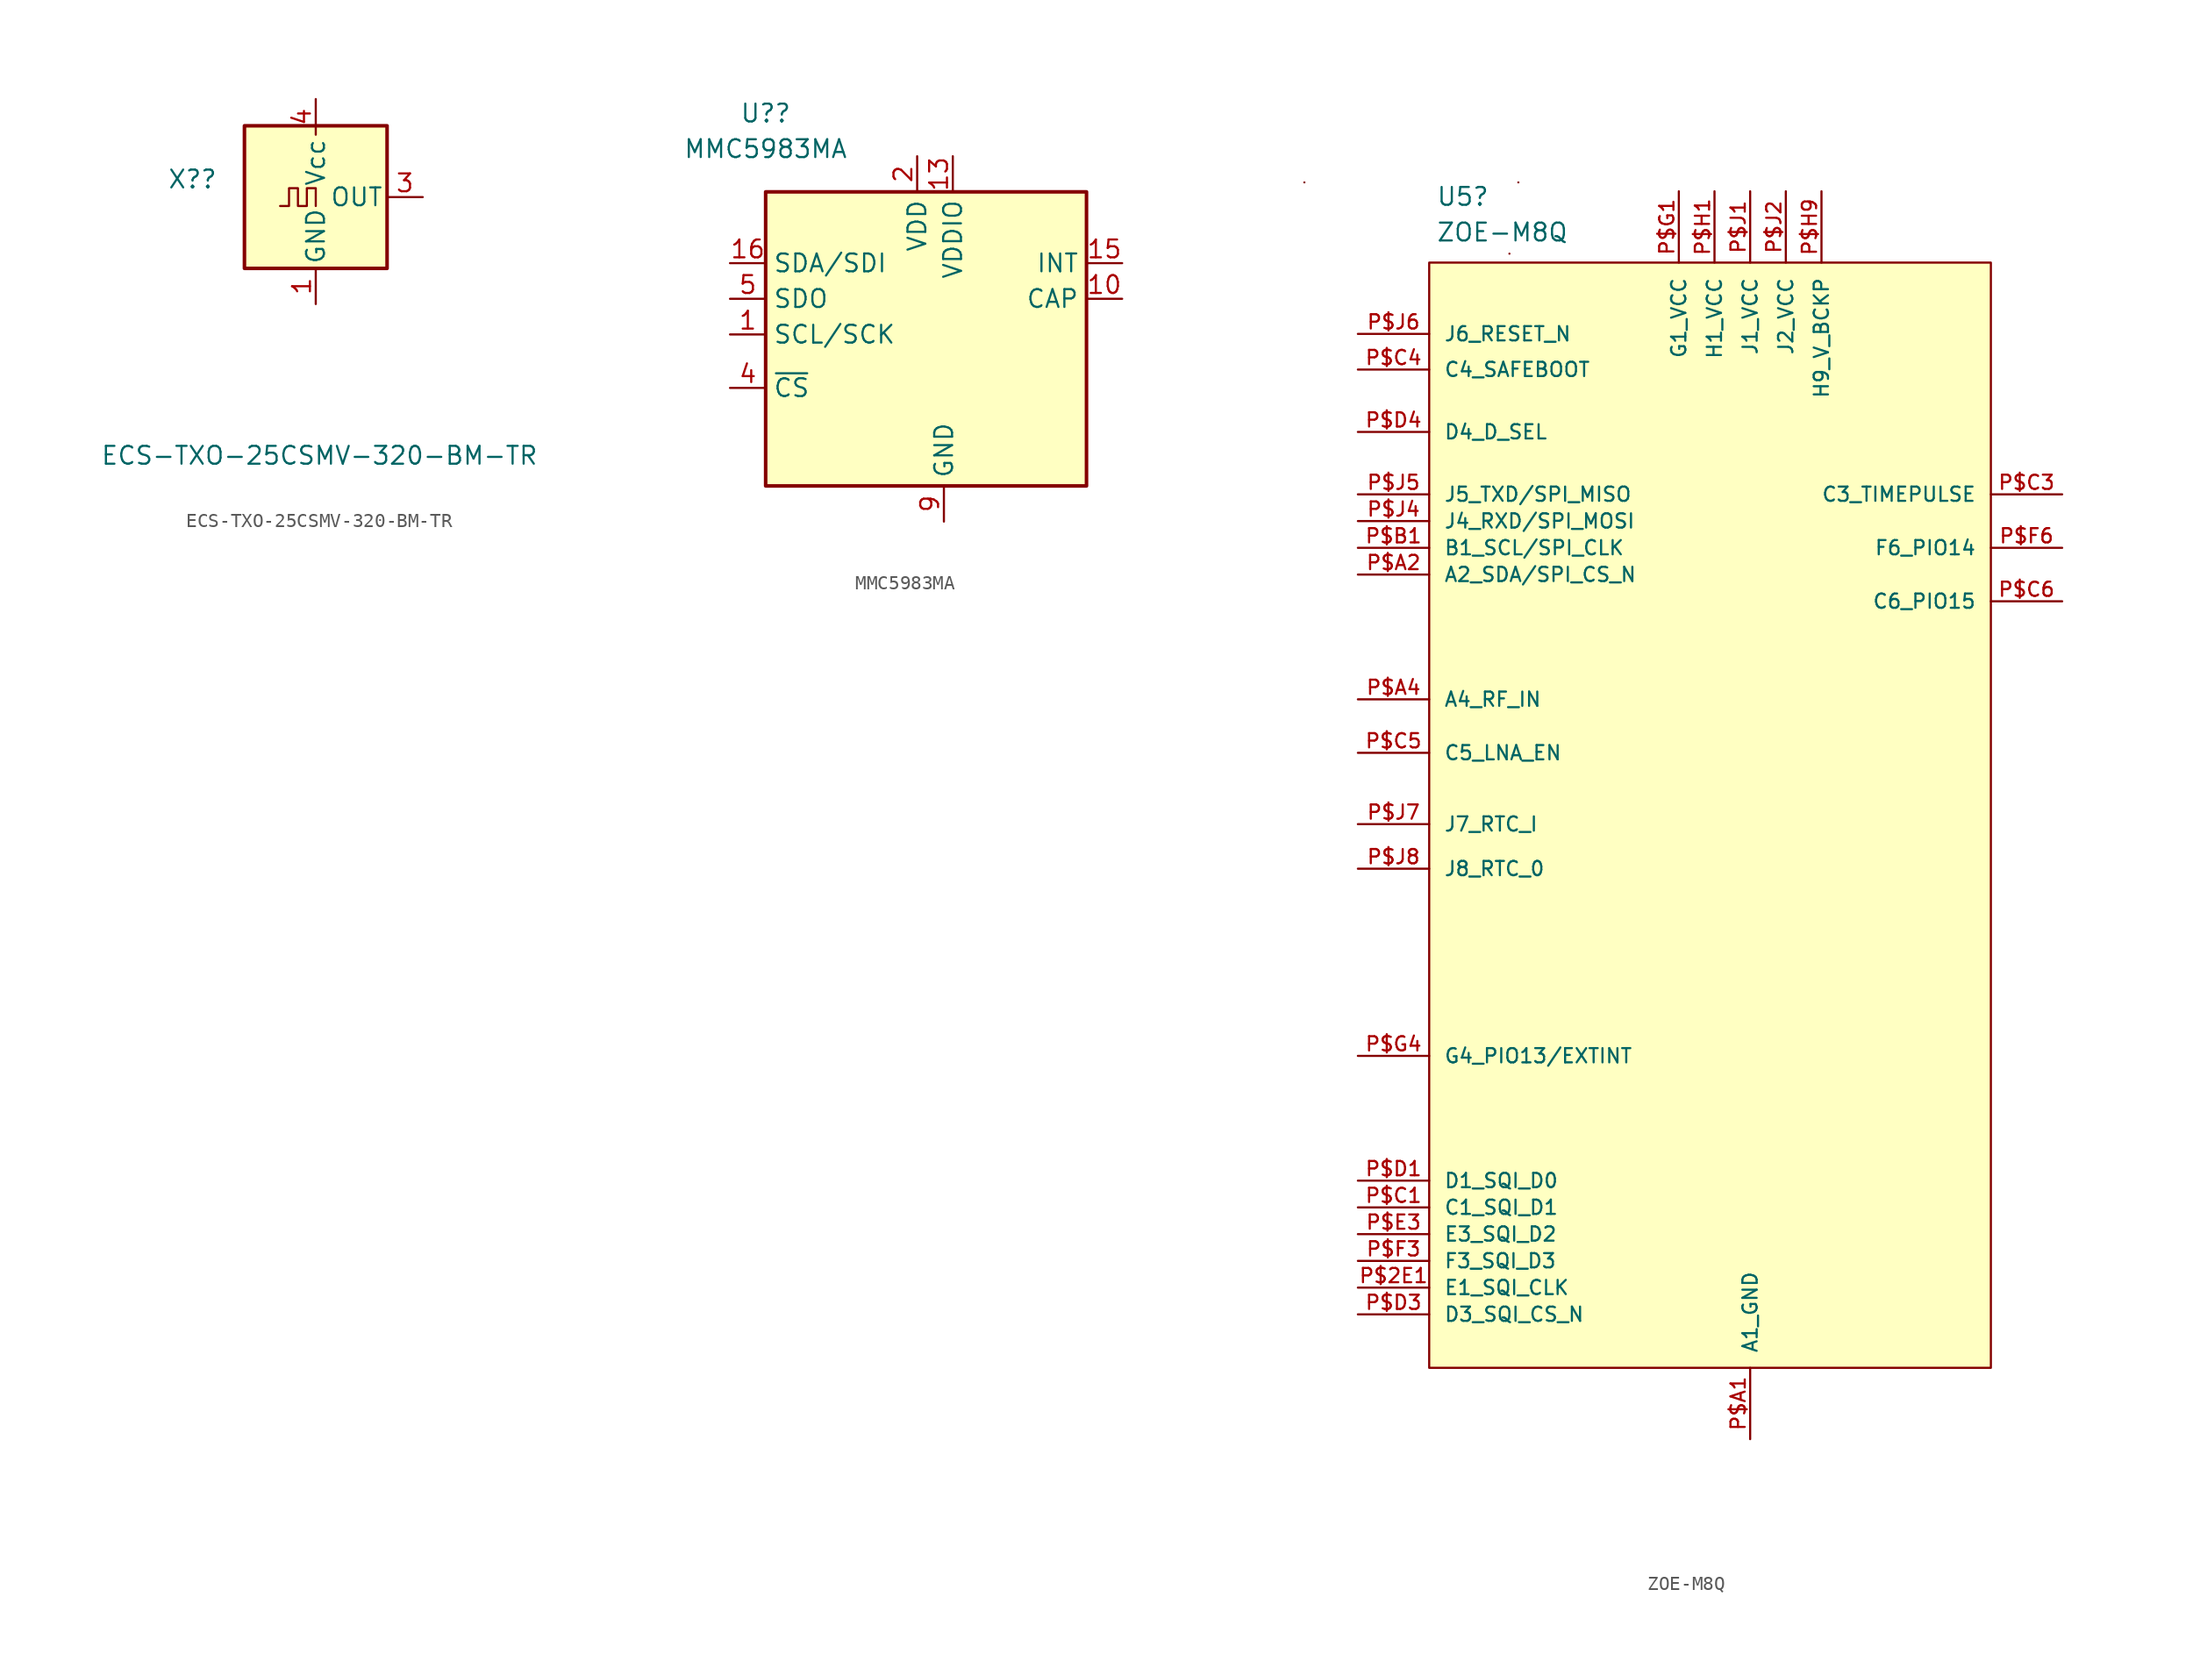
<source format=kicad_sym>
(kicad_symbol_lib
  (version 20211014)
  (generator kicad_symbol_editor)
  (symbol "ECS-TXO-25CSMV-320-BM-TR"
    (pin_names
      (offset 0.254))
    (property "Reference" "X?"
      (at -6.985 1.27 0)
      (effects (font (size 1.27 1.27)) (justify right)))
    (property "Value" "ECS-TXO-25CSMV-320-BM-TR"
      (at 15.875 -18.415 0)
      (effects (font (size 1.27 1.27)) (justify right)))
    (symbol "ECS-TXO-25CSMV-320-BM-TR_0_1"
      (rectangle (start -5.08 5.08) (end 5.08 -5.08) (stroke (width 0.254) (type default) (color 0 0 0 0)) (fill (type background)))
      (polyline (pts (xy -2.54 -0.635) (xy -1.905 -0.635) (xy -1.905 0.635) (xy -1.27 0.635) (xy -1.27 -0.635) (xy -0.635 -0.635) (xy -0.635 0.635) (xy 0 0.635) (xy 0 -0.635)) (stroke (width 0) (type default) (color 0 0 0 0)) (fill (type none))))
    (symbol "ECS-TXO-25CSMV-320-BM-TR_1_1"
      (pin power_in line (at 0 -7.62 90) (length 2.54) (name "GND" (effects (font (size 1.27 1.27)))) (number "1" (effects (font (size 1.27 1.27)))))
      (pin no_connect line (at -7.62 0 0) (length 2.54) hide (name "NC" (effects (font (size 1.27 1.27)))) (number "1" (effects (font (size 1.27 1.27)))))
      (pin power_in line (at 0 -7.62 90) (length 2.54) hide (name "GND" (effects (font (size 1.27 1.27)))) (number "2" (effects (font (size 1.27 1.27)))))
      (pin output line (at 7.62 0 180) (length 2.54) (name "OUT" (effects (font (size 1.27 1.27)))) (number "3" (effects (font (size 1.27 1.27)))))
      (pin power_in line (at 0 6.985 270) (length 2.54) (name "Vcc" (effects (font (size 1.27 1.27)))) (number "4" (effects (font (size 1.27 1.27)))))))
  (symbol "MMC5983MA"
    (property "Reference" "U?"
      (at -11.43 15.126 0)
      (effects (font (size 1.27 1.27))))
    (property "Value" "MMC5983MA"
      (at -11.43 12.586 0)
      (effects (font (size 1.27 1.27))))
    (symbol "MMC5983MA_0_1"
      (rectangle (start -11.43 9.525) (end 11.43 -11.43) (stroke (width 0.254) (type default) (color 0 0 0 0)) (fill (type background))))
    (symbol "MMC5983MA_1_1"
      (pin input line (at -13.97 -0.635 0) (length 2.54) (name "SCL/SCK" (effects (font (size 1.27 1.27)))) (number "1" (effects (font (size 1.27 1.27)))))
      (pin passive line (at 13.97 1.905 180) (length 2.54) (name "CAP" (effects (font (size 1.27 1.27)))) (number "10" (effects (font (size 1.27 1.27)))))
      (pin passive line (at 1.27 -13.97 90) (length 2.54) hide (name "GND" (effects (font (size 1.27 1.27)))) (number "11" (effects (font (size 1.27 1.27)))))
      (pin power_out line (at 1.27 -13.97 90) (length 2.54) hide (name "NC" (effects (font (size 1.27 1.27)))) (number "12" (effects (font (size 1.27 1.27)))))
      (pin power_in line (at 1.905 12.065 270) (length 2.54) (name "VDDIO" (effects (font (size 1.27 1.27)))) (number "13" (effects (font (size 1.27 1.27)))))
      (pin power_out line (at 1.27 -13.97 90) (length 2.54) hide (name "NC" (effects (font (size 1.27 1.27)))) (number "14" (effects (font (size 1.27 1.27)))))
      (pin output line (at 13.97 4.445 180) (length 2.54) (name "INT" (effects (font (size 1.27 1.27)))) (number "15" (effects (font (size 1.27 1.27)))))
      (pin bidirectional line (at -13.97 4.445 0) (length 2.54) (name "SDA/SDI" (effects (font (size 1.27 1.27)))) (number "16" (effects (font (size 1.27 1.27)))))
      (pin power_in line (at -0.635 12.065 270) (length 2.54) (name "VDD" (effects (font (size 1.27 1.27)))) (number "2" (effects (font (size 1.27 1.27)))))
      (pin power_out line (at 1.27 -13.97 90) (length 2.54) hide (name "NC" (effects (font (size 1.27 1.27)))) (number "3" (effects (font (size 1.27 1.27)))))
      (pin input line (at -13.97 -4.445 0) (length 2.54) (name "~{CS}" (effects (font (size 1.27 1.27)))) (number "4" (effects (font (size 1.27 1.27)))))
      (pin output line (at -13.97 1.905 0) (length 2.54) (name "SDO" (effects (font (size 1.27 1.27)))) (number "5" (effects (font (size 1.27 1.27)))))
      (pin power_out line (at 1.27 -13.97 90) (length 2.54) hide (name "NC" (effects (font (size 1.27 1.27)))) (number "6" (effects (font (size 1.27 1.27)))))
      (pin power_out line (at 1.27 -13.97 90) (length 2.54) hide (name "NC" (effects (font (size 1.27 1.27)))) (number "7" (effects (font (size 1.27 1.27)))))
      (pin power_out line (at 1.27 -13.97 90) (length 2.54) hide (name "NC" (effects (font (size 1.27 1.27)))) (number "8" (effects (font (size 1.27 1.27)))))
      (pin power_in line (at 1.27 -13.97 90) (length 2.54) (name "GND" (effects (font (size 1.27 1.27)))) (number "9" (effects (font (size 1.27 1.27)))))))
  (symbol "ZOE-M8Q"
    (pin_names
      (offset 1.016))
    (property "Reference" "U5"
      (at -22.377 44.704 0)
      (effects (font (size 1.27 1.27)) (justify left)))
    (property "Value" "ZOE-M8Q"
      (at -22.377 42.164 0)
      (effects (font (size 1.27 1.27)) (justify left)))
    (property "ki_locked" ""
      (at 0 0 0)
      (effects (font (size 1.27 1.27))))
    (symbol "ZOE-M8Q_0_0"
      (pin bidirectional line (at -27.94 -33.02 0) (length 5.08) (name "E1_SQI_CLK" (effects (font (size 1.016 1.016)))) (number "P$2E1" (effects (font (size 1.016 1.016)))))
      (pin power_in line (at 0 -43.815 90) (length 5.08) (name "A1_GND" (effects (font (size 1.016 1.016)))) (number "P$A1" (effects (font (size 1.016 1.016)))))
      (pin bidirectional line (at -27.94 17.78 0) (length 5.08) (name "A2_SDA/SPI_CS_N" (effects (font (size 1.016 1.016)))) (number "P$A2" (effects (font (size 1.016 1.016)))))
      (pin power_in line (at 0 -43.815 90) (length 5.08) hide (name "A3_GND" (effects (font (size 1.016 1.016)))) (number "P$A3" (effects (font (size 1.016 1.016)))))
      (pin input line (at -27.94 8.89 0) (length 5.08) (name "A4_RF_IN" (effects (font (size 1.016 1.016)))) (number "P$A4" (effects (font (size 1.016 1.016)))))
      (pin power_in line (at 0 -43.815 90) (length 5.08) hide (name "A5_GND" (effects (font (size 1.016 1.016)))) (number "P$A5" (effects (font (size 1.016 1.016)))))
      (pin no_connect line (at 0 -9.525 90) (length 5.08) hide (name "A6_RESREVED" (effects (font (size 1.016 1.016)))) (number "P$A6" (effects (font (size 1.016 1.016)))))
      (pin power_in line (at 0 -43.815 90) (length 5.08) hide (name "A7_GND" (effects (font (size 1.016 1.016)))) (number "P$A7" (effects (font (size 1.016 1.016)))))
      (pin power_in line (at 0 -43.815 90) (length 5.08) hide (name "A8_GND" (effects (font (size 1.016 1.016)))) (number "P$A8" (effects (font (size 1.016 1.016)))))
      (pin power_in line (at 0 -43.815 90) (length 5.08) hide (name "A9_GND" (effects (font (size 1.016 1.016)))) (number "P$A9" (effects (font (size 1.016 1.016)))))
      (pin bidirectional line (at -27.94 19.685 0) (length 5.08) (name "B1_SCL/SPI_CLK" (effects (font (size 1.016 1.016)))) (number "P$B1" (effects (font (size 1.016 1.016)))))
      (pin power_in line (at 0 -43.815 90) (length 5.08) hide (name "B9_GND" (effects (font (size 1.016 1.016)))) (number "P$B9" (effects (font (size 1.016 1.016)))))
      (pin bidirectional line (at -27.94 -27.305 0) (length 5.08) (name "C1_SQI_D1" (effects (font (size 1.016 1.016)))) (number "P$C1" (effects (font (size 1.016 1.016)))))
      (pin bidirectional line (at 22.225 23.495 180) (length 5.08) (name "C3_TIMEPULSE" (effects (font (size 1.016 1.016)))) (number "P$C3" (effects (font (size 1.016 1.016)))))
      (pin bidirectional line (at -27.94 32.385 0) (length 5.08) (name "C4_SAFEBOOT" (effects (font (size 1.016 1.016)))) (number "P$C4" (effects (font (size 1.016 1.016)))))
      (pin bidirectional line (at -27.94 5.08 0) (length 5.08) (name "C5_LNA_EN" (effects (font (size 1.016 1.016)))) (number "P$C5" (effects (font (size 1.016 1.016)))))
      (pin bidirectional line (at 22.225 15.875 180) (length 5.08) (name "C6_PIO15" (effects (font (size 1.016 1.016)))) (number "P$C6" (effects (font (size 1.016 1.016)))))
      (pin power_in line (at 0 -43.815 90) (length 5.08) hide (name "C7_GND" (effects (font (size 1.016 1.016)))) (number "P$C7" (effects (font (size 1.016 1.016)))))
      (pin power_in line (at 0 -43.815 90) (length 5.08) hide (name "C9_GND" (effects (font (size 1.016 1.016)))) (number "P$C9" (effects (font (size 1.016 1.016)))))
      (pin bidirectional line (at -27.94 -25.4 0) (length 5.08) (name "D1_SQI_D0" (effects (font (size 1.016 1.016)))) (number "P$D1" (effects (font (size 1.016 1.016)))))
      (pin bidirectional line (at -27.94 -34.925 0) (length 5.08) (name "D3_SQI_CS_N" (effects (font (size 1.016 1.016)))) (number "P$D3" (effects (font (size 1.016 1.016)))))
      (pin bidirectional line (at -27.94 27.94 0) (length 5.08) (name "D4_D_SEL" (effects (font (size 1.016 1.016)))) (number "P$D4" (effects (font (size 1.016 1.016)))))
      (pin power_in line (at 0 -43.815 90) (length 5.08) hide (name "D6_GND" (effects (font (size 1.016 1.016)))) (number "P$D6" (effects (font (size 1.016 1.016)))))
      (pin power_in line (at 0 -43.815 90) (length 5.08) hide (name "D9_GND" (effects (font (size 1.016 1.016)))) (number "P$D9" (effects (font (size 1.016 1.016)))))
      (pin bidirectional line (at -27.94 -29.21 0) (length 5.08) (name "E3_SQI_D2" (effects (font (size 1.016 1.016)))) (number "P$E3" (effects (font (size 1.016 1.016)))))
      (pin power_in line (at 0 -43.815 90) (length 5.08) hide (name "E7_GND" (effects (font (size 1.016 1.016)))) (number "P$E7" (effects (font (size 1.016 1.016)))))
      (pin no_connect line (at 0 -9.525 90) (length 5.08) hide (name "E9_RESERVED" (effects (font (size 1.016 1.016)))) (number "P$E9" (effects (font (size 1.016 1.016)))))
      (pin no_connect line (at 0 -9.525 90) (length 5.08) hide (name "F1_RESERVED" (effects (font (size 1.016 1.016)))) (number "P$F1" (effects (font (size 1.016 1.016)))))
      (pin bidirectional line (at -27.94 -31.115 0) (length 5.08) (name "F3_SQI_D3" (effects (font (size 1.016 1.016)))) (number "P$F3" (effects (font (size 1.016 1.016)))))
      (pin no_connect line (at 0 -9.525 90) (length 5.08) hide (name "F4_RESERVED" (effects (font (size 1.016 1.016)))) (number "P$F4" (effects (font (size 1.016 1.016)))))
      (pin bidirectional line (at 22.225 19.685 180) (length 5.08) (name "F6_PIO14" (effects (font (size 1.016 1.016)))) (number "P$F6" (effects (font (size 1.016 1.016)))))
      (pin power_in line (at 0 -43.815 90) (length 5.08) hide (name "F7_GND" (effects (font (size 1.016 1.016)))) (number "P$F7" (effects (font (size 1.016 1.016)))))
      (pin no_connect line (at 0 -9.525 90) (length 5.08) hide (name "F9_RESERVED" (effects (font (size 1.016 1.016)))) (number "P$F9" (effects (font (size 1.016 1.016)))))
      (pin power_in line (at -5.08 45.085 270) (length 5.08) (name "G1_VCC" (effects (font (size 1.016 1.016)))) (number "P$G1" (effects (font (size 1.016 1.016)))))
      (pin power_in line (at 0 -43.815 90) (length 5.08) hide (name "G3_GND" (effects (font (size 1.016 1.016)))) (number "P$G3" (effects (font (size 1.016 1.016)))))
      (pin bidirectional line (at -27.94 -16.51 0) (length 5.08) (name "G4_PIO13/EXTINT" (effects (font (size 1.016 1.016)))) (number "P$G4" (effects (font (size 1.016 1.016)))))
      (pin no_connect line (at 0 -9.525 90) (length 5.08) hide (name "G5_RESERVED" (effects (font (size 1.016 1.016)))) (number "P$G5" (effects (font (size 1.016 1.016)))))
      (pin power_in line (at 0 -43.815 90) (length 5.08) hide (name "G6_GND" (effects (font (size 1.016 1.016)))) (number "P$G6" (effects (font (size 1.016 1.016)))))
      (pin power_in line (at 0 -43.815 90) (length 5.08) hide (name "G7_GND" (effects (font (size 1.016 1.016)))) (number "P$G7" (effects (font (size 1.016 1.016)))))
      (pin no_connect line (at 0 -9.525 90) (length 5.08) hide (name "G9_RESERVED" (effects (font (size 1.016 1.016)))) (number "P$G9" (effects (font (size 1.016 1.016)))))
      (pin power_in line (at -2.54 45.085 270) (length 5.08) (name "H1_VCC" (effects (font (size 1.016 1.016)))) (number "P$H1" (effects (font (size 1.016 1.016)))))
      (pin power_in line (at 5.08 45.085 270) (length 5.08) (name "H9_V_BCKP" (effects (font (size 1.016 1.016)))) (number "P$H9" (effects (font (size 1.016 1.016)))))
      (pin power_in line (at 0 45.085 270) (length 5.08) (name "J1_VCC" (effects (font (size 1.016 1.016)))) (number "P$J1" (effects (font (size 1.016 1.016)))))
      (pin power_in line (at 2.54 45.085 270) (length 5.08) (name "J2_VCC" (effects (font (size 1.016 1.016)))) (number "P$J2" (effects (font (size 1.016 1.016)))))
      (pin power_in line (at 0 -43.815 90) (length 5.08) hide (name "J3_GND" (effects (font (size 1.016 1.016)))) (number "P$J3" (effects (font (size 1.016 1.016)))))
      (pin bidirectional line (at -27.94 21.59 0) (length 5.08) (name "J4_RXD/SPI_MOSI" (effects (font (size 1.016 1.016)))) (number "P$J4" (effects (font (size 1.016 1.016)))))
      (pin bidirectional line (at -27.94 23.495 0) (length 5.08) (name "J5_TXD/SPI_MISO" (effects (font (size 1.016 1.016)))) (number "P$J5" (effects (font (size 1.016 1.016)))))
      (pin bidirectional line (at -27.94 34.925 0) (length 5.08) (name "J6_RESET_N" (effects (font (size 1.016 1.016)))) (number "P$J6" (effects (font (size 1.016 1.016)))))
      (pin bidirectional line (at -27.94 0 0) (length 5.08) (name "J7_RTC_I" (effects (font (size 1.016 1.016)))) (number "P$J7" (effects (font (size 1.016 1.016)))))
      (pin bidirectional line (at -27.94 -3.175 0) (length 5.08) (name "J8_RTC_0" (effects (font (size 1.016 1.016)))) (number "P$J8" (effects (font (size 1.016 1.016)))))
      (pin power_in line (at 0 -43.815 90) (length 5.08) hide (name "J9_GND" (effects (font (size 1.016 1.016)))) (number "P$J9" (effects (font (size 1.016 1.016))))))
    (symbol "ZOE-M8Q_0_1"
      (rectangle (start -31.75 45.72) (end -31.75 45.72) (stroke (width 0) (type default) (color 0 0 0 0)) (fill (type none)))
      (rectangle (start -22.86 40.005) (end 17.145 -38.735) (stroke (width 0) (type default) (color 0 0 0 0)) (fill (type background)))
      (rectangle (start -17.145 40.64) (end -17.145 40.64) (stroke (width 0) (type default) (color 0 0 0 0)) (fill (type none)))
      (rectangle (start -16.51 45.72) (end -16.51 45.72) (stroke (width 0) (type default) (color 0 0 0 0)) (fill (type none))))))
</source>
